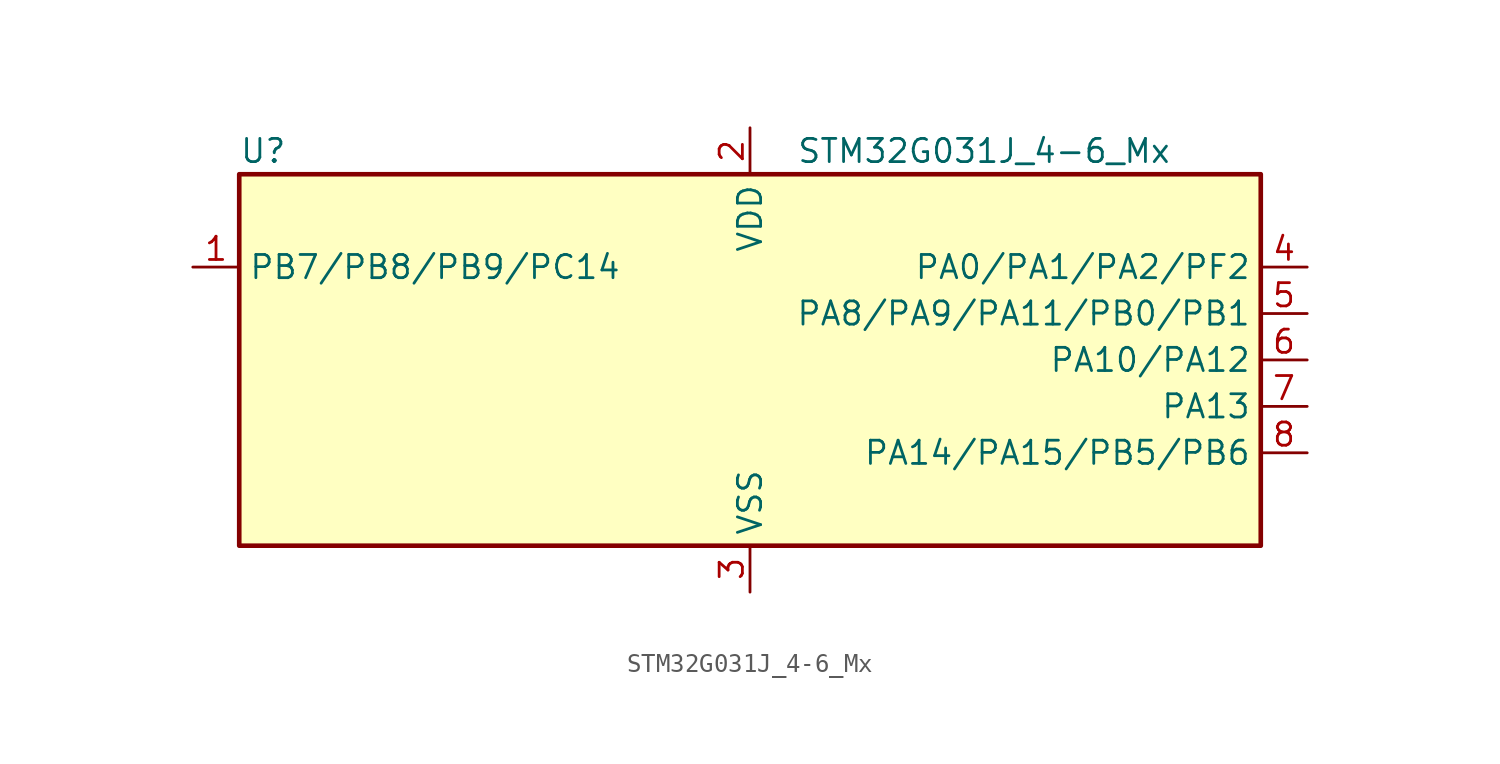
<source format=kicad_sym>
(kicad_symbol_lib
  (version 20241209)
  (generator "kicad_symbol_editor")
  (generator_version "9.0")
  (symbol "STM32G031J_4-6_Mx"
    (property "Reference" "U"
      (at -27.94 11.43 0)
      (effects (font (size 1.27 1.27)) (justify left)))
    (property "Value" "STM32G031J_4-6_Mx"
      (at 2.54 11.43 0)
      (effects (font (size 1.27 1.27)) (justify left)))
    (symbol "STM32G031J_4-6_Mx_0_1"
      (rectangle (start -27.94 -10.16) (end 27.94 10.16) (stroke (width 0.254) (type default)) (fill (type background))))
    (symbol "STM32G031J_4-6_Mx_1_1"
      (pin bidirectional line (at -30.48 5.08 0) (length 2.54) (name "PB7/PB8/PB9/PC14" (effects (font (size 1.27 1.27)))) (number "1" (effects (font (size 1.27 1.27)))) (alternate "ADC1_IN11 (PB7)" bidirectional line) (alternate "I2C1_SCL (PB8)" bidirectional line) (alternate "I2C1_SDA (PB7)" bidirectional line) (alternate "I2C1_SDA (PB9)" bidirectional line) (alternate "IR_OUT (PB9)" bidirectional line) (alternate "LPTIM1_IN2 (PB7)" bidirectional line) (alternate "PB7" bidirectional line) (alternate "PB8" bidirectional line) (alternate "PB9" bidirectional line) (alternate "PC14" bidirectional line) (alternate "RCC_OSC32_IN (PC14)" bidirectional line) (alternate "RCC_OSC_IN (PC14)" bidirectional line) (alternate "SPI2_MOSI (PB7)" bidirectional line) (alternate "SPI2_NSS (PB9)" bidirectional line) (alternate "SPI2_SCK (PB8)" bidirectional line) (alternate "SYS_PVD_IN (PB7)" bidirectional line) (alternate "TIM16_CH1 (PB8)" bidirectional line) (alternate "TIM17_CH1 (PB9)" bidirectional line) (alternate "TIM17_CH1N (PB7)" bidirectional line) (alternate "TIM1_BK2 (PC14)" bidirectional line) (alternate "USART1_RX (PB7)" bidirectional line))
      (pin power_in line (at 0 12.7 270) (length 2.54) (name "VDD" (effects (font (size 1.27 1.27)))) (number "2" (effects (font (size 1.27 1.27)))))
      (pin power_in line (at 0 -12.7 90) (length 2.54) (name "VSS" (effects (font (size 1.27 1.27)))) (number "3" (effects (font (size 1.27 1.27)))))
      (pin bidirectional line (at 30.48 5.08 180) (length 2.54) (name "PA0/PA1/PA2/PF2" (effects (font (size 1.27 1.27)))) (number "4" (effects (font (size 1.27 1.27)))) (alternate "ADC1_IN0 (PA0)" bidirectional line) (alternate "ADC1_IN1 (PA1)" bidirectional line) (alternate "ADC1_IN2 (PA2)" bidirectional line) (alternate "I2C1_SMBA (PA1)" bidirectional line) (alternate "I2S1_CK (PA1)" bidirectional line) (alternate "I2S1_SD (PA2)" bidirectional line) (alternate "LPTIM1_OUT (PA0)" bidirectional line) (alternate "LPUART1_TX (PA2)" bidirectional line) (alternate "PA0" bidirectional line) (alternate "PA1" bidirectional line) (alternate "PA2" bidirectional line) (alternate "PF2" bidirectional line) (alternate "RCC_LSCO (PA2)" bidirectional line) (alternate "RCC_MCO (PF2)" bidirectional line) (alternate "RTC_TAMP_IN2 (PA0)" bidirectional line) (alternate "SPI1_MOSI (PA2)" bidirectional line) (alternate "SPI1_SCK (PA1)" bidirectional line) (alternate "SPI2_SCK (PA0)" bidirectional line) (alternate "SYS_WKUP1 (PA0)" bidirectional line) (alternate "SYS_WKUP4 (PA2)" bidirectional line) (alternate "TIM2_CH1 (PA0)" bidirectional line) (alternate "TIM2_CH2 (PA1)" bidirectional line) (alternate "TIM2_CH3 (PA2)" bidirectional line) (alternate "TIM2_ETR (PA0)" bidirectional line) (alternate "USART2_CK (PA1)" bidirectional line) (alternate "USART2_CTS (PA0)" bidirectional line) (alternate "USART2_DE (PA1)" bidirectional line) (alternate "USART2_NSS (PA0)" bidirectional line) (alternate "USART2_RTS (PA1)" bidirectional line) (alternate "USART2_TX (PA2)" bidirectional line))
      (pin bidirectional line (at 30.48 2.54 180) (length 2.54) (name "PA8/PA9/PA11/PB0/PB1" (effects (font (size 1.27 1.27)))) (number "5" (effects (font (size 1.27 1.27)))) (alternate "ADC1_EXTI11 (PA11)" bidirectional line) (alternate "ADC1_IN15 (PA11)" bidirectional line) (alternate "ADC1_IN8 (PB0)" bidirectional line) (alternate "ADC1_IN9 (PB1)" bidirectional line) (alternate "I2C1_SCL (PA9)" bidirectional line) (alternate "I2C2_SCL (PA11)" bidirectional line) (alternate "I2S1_MCK (PA11)" bidirectional line) (alternate "I2S1_WS (PB0)" bidirectional line) (alternate "LPTIM1_OUT (PB0)" bidirectional line) (alternate "LPTIM2_IN1 (PB1)" bidirectional line) (alternate "LPTIM2_OUT (PA8)" bidirectional line) (alternate "LPUART1_DE (PB1)" bidirectional line) (alternate "LPUART1_RTS (PB1)" bidirectional line) (alternate "PA11" bidirectional line) (alternate "PA8" bidirectional line) (alternate "PA9" bidirectional line) (alternate "PB0" bidirectional line) (alternate "PB1" bidirectional line) (alternate "RCC_MCO (PA8)" bidirectional line) (alternate "RCC_MCO (PA9)" bidirectional line) (alternate "SPI1_MISO (PA11)" bidirectional line) (alternate "SPI1_NSS (PB0)" bidirectional line) (alternate "SPI2_MISO (PA9)" bidirectional line) (alternate "SPI2_NSS (PA8)" bidirectional line) (alternate "TIM14_CH1 (PB1)" bidirectional line) (alternate "TIM1_BK2 (PA11)" bidirectional line) (alternate "TIM1_CH1 (PA8)" bidirectional line) (alternate "TIM1_CH2 (PA9)" bidirectional line) (alternate "TIM1_CH2N (PB0)" bidirectional line) (alternate "TIM1_CH3N (PB1)" bidirectional line) (alternate "TIM1_CH4 (PA11)" bidirectional line) (alternate "TIM3_CH3 (PB0)" bidirectional line) (alternate "TIM3_CH4 (PB1)" bidirectional line) (alternate "USART1_CTS (PA11)" bidirectional line) (alternate "USART1_NSS (PA11)" bidirectional line) (alternate "USART1_TX (PA9)" bidirectional line))
      (pin bidirectional line (at 30.48 0 180) (length 2.54) (name "PA10/PA12" (effects (font (size 1.27 1.27)))) (number "6" (effects (font (size 1.27 1.27)))) (alternate "ADC1_IN16 (PA12)" bidirectional line) (alternate "I2C1_SDA (PA10)" bidirectional line) (alternate "I2C2_SDA (PA12)" bidirectional line) (alternate "I2S1_SD (PA12)" bidirectional line) (alternate "I2S_CKIN (PA12)" bidirectional line) (alternate "PA10" bidirectional line) (alternate "PA12" bidirectional line) (alternate "SPI1_MOSI (PA12)" bidirectional line) (alternate "SPI2_MOSI (PA10)" bidirectional line) (alternate "TIM17_BK (PA10)" bidirectional line) (alternate "TIM1_CH3 (PA10)" bidirectional line) (alternate "TIM1_ETR (PA12)" bidirectional line) (alternate "USART1_CK (PA12)" bidirectional line) (alternate "USART1_DE (PA12)" bidirectional line) (alternate "USART1_RTS (PA12)" bidirectional line) (alternate "USART1_RX (PA10)" bidirectional line))
      (pin bidirectional line (at 30.48 -2.54 180) (length 2.54) (name "PA13" (effects (font (size 1.27 1.27)))) (number "7" (effects (font (size 1.27 1.27)))) (alternate "ADC1_IN17" bidirectional line) (alternate "IR_OUT" bidirectional line) (alternate "SYS_SWDIO" bidirectional line))
      (pin bidirectional line (at 30.48 -5.08 180) (length 2.54) (name "PA14/PA15/PB5/PB6" (effects (font (size 1.27 1.27)))) (number "8" (effects (font (size 1.27 1.27)))) (alternate "ADC1_IN18 (PA14)" bidirectional line) (alternate "I2C1_SCL (PB6)" bidirectional line) (alternate "I2C1_SMBA (PB5)" bidirectional line) (alternate "I2S1_SD (PB5)" bidirectional line) (alternate "I2S1_WS (PA15)" bidirectional line) (alternate "LPTIM1_ETR (PB6)" bidirectional line) (alternate "LPTIM1_IN1 (PB5)" bidirectional line) (alternate "PA14" bidirectional line) (alternate "PA15" bidirectional line) (alternate "PB5" bidirectional line) (alternate "PB6" bidirectional line) (alternate "SPI1_MOSI (PB5)" bidirectional line) (alternate "SPI1_NSS (PA15)" bidirectional line) (alternate "SPI2_MISO (PB6)" bidirectional line) (alternate "SYS_SWCLK (PA14)" bidirectional line) (alternate "SYS_WKUP6 (PB5)" bidirectional line) (alternate "TIM16_BK (PB5)" bidirectional line) (alternate "TIM16_CH1N (PB6)" bidirectional line) (alternate "TIM1_CH3 (PB6)" bidirectional line) (alternate "TIM2_CH1 (PA15)" bidirectional line) (alternate "TIM2_ETR (PA15)" bidirectional line) (alternate "TIM3_CH2 (PB5)" bidirectional line) (alternate "USART1_TX (PB6)" bidirectional line) (alternate "USART2_RX (PA15)" bidirectional line) (alternate "USART2_TX (PA14)" bidirectional line)))))
</source>
